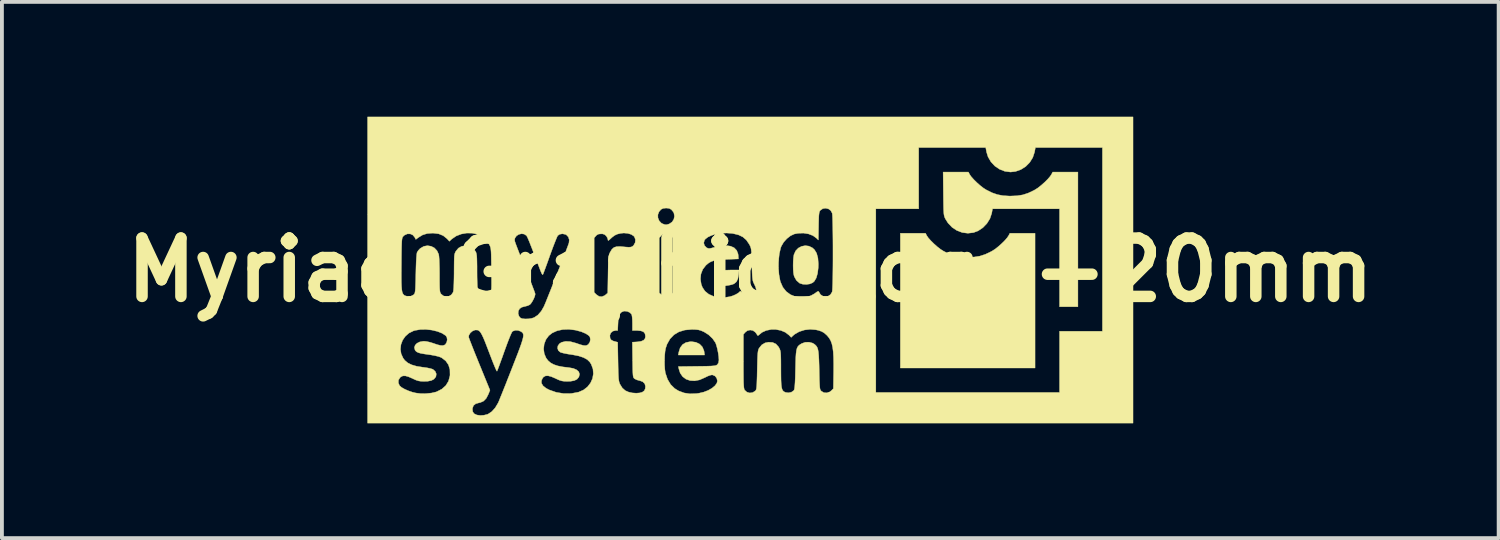
<source format=kicad_pcb>
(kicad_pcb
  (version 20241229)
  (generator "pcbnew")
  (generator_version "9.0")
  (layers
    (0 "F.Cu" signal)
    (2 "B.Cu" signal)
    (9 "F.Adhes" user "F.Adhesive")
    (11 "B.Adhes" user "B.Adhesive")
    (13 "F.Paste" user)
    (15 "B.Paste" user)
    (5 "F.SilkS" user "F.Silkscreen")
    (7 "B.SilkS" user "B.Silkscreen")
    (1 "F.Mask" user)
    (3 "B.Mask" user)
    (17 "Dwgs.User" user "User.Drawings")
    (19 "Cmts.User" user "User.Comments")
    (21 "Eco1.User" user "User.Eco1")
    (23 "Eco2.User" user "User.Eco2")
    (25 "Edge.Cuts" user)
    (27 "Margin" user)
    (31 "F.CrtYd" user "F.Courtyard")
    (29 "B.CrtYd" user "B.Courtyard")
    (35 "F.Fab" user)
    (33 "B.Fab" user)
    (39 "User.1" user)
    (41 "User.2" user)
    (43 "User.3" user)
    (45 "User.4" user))
  (footprint "Myriad_Graphic_Logo-20mm"
    (layer "F.Cu")
    (at 16.554 4.005)
    (property "Reference" "Myriad_Graphic_Logo-20mm" (at 0 0 0) (layer "F.SilkS") (effects (font (size 1.524 1.524) (thickness 0.3))))
    (attr exclude_from_pos_files exclude_from_bom)
    (fp_poly (pts (xy -1.421 1.888) (xy -1.324 1.935) (xy -1.253 2.009) (xy -1.211 2.108) (xy -1.205 2.141) (xy -1.195 2.22) (xy -1.882 2.22) (xy -1.868 2.145) (xy -1.832 2.031) (xy -1.769 1.947) (xy -1.681 1.894) (xy -1.568 1.872) (xy -1.54 1.871) (xy -1.421 1.888)) (stroke (width 0.01) (type solid)) (fill yes) (layer "F.SilkS"))
    (fp_poly (pts (xy -0.305 0.121) (xy -0.325 0.229) (xy -0.362 0.306) (xy -0.42 0.356) (xy -0.447 0.369) (xy -0.501 0.386) (xy -0.571 0.4) (xy -0.643 0.41) (xy -0.702 0.414) (xy -0.73 0.411) (xy -0.763 0.401) (xy -0.804 0.392) (xy -0.877 0.357) (xy -0.924 0.295) (xy -0.939 0.211) (xy -0.93 0.138) (xy -0.9 0.083) (xy -0.846 0.043) (xy -0.765 0.017) (xy -0.651 0.004) (xy -0.518 0) (xy -0.294 0) (xy -0.305 0.121)) (stroke (width 0.01) (type solid)) (fill yes) (layer "F.SilkS"))
    (fp_poly (pts (xy 4.61 -0.9) (xy 4.651 -0.84) (xy 4.717 -0.766) (xy 4.798 -0.686) (xy 4.886 -0.608) (xy 4.972 -0.541) (xy 5.043 -0.496) (xy 5.194 -0.42) (xy 5.336 -0.371) (xy 5.482 -0.343) (xy 5.648 -0.333) (xy 5.68 -0.333) (xy 5.851 -0.34) (xy 6 -0.364) (xy 6.141 -0.41) (xy 6.29 -0.481) (xy 6.317 -0.496) (xy 6.394 -0.545) (xy 6.48 -0.613) (xy 6.568 -0.691) (xy 6.649 -0.771) (xy 6.713 -0.845) (xy 6.75 -0.9) (xy 6.781 -0.96) (xy 7.44 -0.96) (xy 7.44 2.56) (xy 3.92 2.56) (xy 3.92 -0.96) (xy 4.579 -0.96) (xy 4.61 -0.9)) (stroke (width 0.01) (type solid)) (fill yes) (layer "F.SilkS"))
    (fp_poly (pts (xy 1.533 -0.624) (xy 1.624 -0.579) (xy 1.677 -0.53) (xy 1.732 -0.439) (xy 1.766 -0.315) (xy 1.778 -0.159) (xy 1.775 -0.059) (xy 1.757 0.088) (xy 1.723 0.207) (xy 1.673 0.293) (xy 1.629 0.332) (xy 1.556 0.363) (xy 1.465 0.376) (xy 1.373 0.371) (xy 1.297 0.348) (xy 1.286 0.342) (xy 1.206 0.272) (xy 1.152 0.177) (xy 1.139 0.137) (xy 1.128 0.075) (xy 1.121 -0.015) (xy 1.119 -0.12) (xy 1.121 -0.226) (xy 1.128 -0.322) (xy 1.139 -0.394) (xy 1.141 -0.403) (xy 1.185 -0.501) (xy 1.254 -0.573) (xy 1.341 -0.619) (xy 1.436 -0.637) (xy 1.533 -0.624)) (stroke (width 0.01) (type solid)) (fill yes) (layer "F.SilkS"))
    (fp_poly (pts (xy 5.73 -2.5) (xy 5.771 -2.44) (xy 5.837 -2.366) (xy 5.918 -2.286) (xy 6.006 -2.208) (xy 6.092 -2.141) (xy 6.163 -2.096) (xy 6.314 -2.02) (xy 6.456 -1.971) (xy 6.602 -1.943) (xy 6.768 -1.933) (xy 6.8 -1.933) (xy 6.971 -1.94) (xy 7.12 -1.964) (xy 7.261 -2.01) (xy 7.41 -2.081) (xy 7.437 -2.096) (xy 7.514 -2.145) (xy 7.6 -2.213) (xy 7.688 -2.291) (xy 7.769 -2.371) (xy 7.833 -2.445) (xy 7.87 -2.5) (xy 7.901 -2.56) (xy 8.56 -2.56) (xy 8.56 0.96) (xy 8.08 0.96) (xy 8.08 -1.6) (xy 6.329 -1.6) (xy 6.307 -1.481) (xy 6.261 -1.343) (xy 6.182 -1.216) (xy 6.077 -1.107) (xy 5.953 -1.024) (xy 5.832 -0.978) (xy 5.684 -0.961) (xy 5.537 -0.98) (xy 5.397 -1.033) (xy 5.271 -1.117) (xy 5.165 -1.229) (xy 5.1 -1.332) (xy 5.085 -1.361) (xy 5.074 -1.39) (xy 5.065 -1.422) (xy 5.058 -1.463) (xy 5.054 -1.519) (xy 5.05 -1.593) (xy 5.048 -1.692) (xy 5.046 -1.82) (xy 5.044 -1.982) (xy 5.044 -1.995) (xy 5.038 -2.56) (xy 5.699 -2.56) (xy 5.73 -2.5)) (stroke (width 0.01) (type solid)) (fill yes) (layer "F.SilkS"))
    (fp_poly (pts (xy 10 4) (xy -10 4) (xy -10 2.949) (xy -9.196 2.949) (xy -9.164 3.021) (xy -9.161 3.024) (xy -9.112 3.067) (xy -9.033 3.112) (xy -8.936 3.155) (xy -8.831 3.191) (xy -8.74 3.213) (xy -8.61 3.229) (xy -8.468 3.228) (xy -8.33 3.214) (xy -8.211 3.186) (xy -8.194 3.18) (xy -8.059 3.111) (xy -7.956 3.019) (xy -7.886 2.905) (xy -7.849 2.769) (xy -7.846 2.741) (xy -7.849 2.599) (xy -7.887 2.476) (xy -7.958 2.374) (xy -8.06 2.295) (xy -8.087 2.281) (xy -8.149 2.259) (xy -8.24 2.237) (xy -8.35 2.217) (xy -8.401 2.21) (xy -8.525 2.192) (xy -8.615 2.176) (xy -8.678 2.157) (xy -8.721 2.135) (xy -8.749 2.108) (xy -8.761 2.088) (xy -8.777 2.024) (xy -8.757 1.964) (xy -8.709 1.914) (xy -8.636 1.878) (xy -8.544 1.861) (xy -8.52 1.861) (xy -8.455 1.868) (xy -8.371 1.887) (xy -8.29 1.912) (xy -8.179 1.95) (xy -8.097 1.97) (xy -8.037 1.974) (xy -7.992 1.961) (xy -7.965 1.941) (xy -7.932 1.887) (xy -7.919 1.821) (xy -7.929 1.756) (xy -7.935 1.746) (xy -7.36 1.746) (xy -7.353 1.771) (xy -7.332 1.828) (xy -7.299 1.913) (xy -7.256 2.023) (xy -7.205 2.152) (xy -7.146 2.297) (xy -7.083 2.453) (xy -7.081 2.457) (xy -6.802 3.14) (xy -6.844 3.245) (xy -6.899 3.352) (xy -6.967 3.423) (xy -7.053 3.462) (xy -7.084 3.468) (xy -7.175 3.494) (xy -7.233 3.541) (xy -7.258 3.611) (xy -7.26 3.639) (xy -7.252 3.702) (xy -7.222 3.746) (xy -7.207 3.759) (xy -7.143 3.788) (xy -7.056 3.8) (xy -6.961 3.794) (xy -6.869 3.771) (xy -6.85 3.763) (xy -6.754 3.699) (xy -6.666 3.601) (xy -6.59 3.474) (xy -6.579 3.451) (xy -6.56 3.406) (xy -6.529 3.328) (xy -6.486 3.223) (xy -6.435 3.095) (xy -6.376 2.948) (xy -6.352 2.886) (xy -5.457 2.886) (xy -5.456 2.957) (xy -5.416 3.025) (xy -5.337 3.088) (xy -5.256 3.131) (xy -5.07 3.196) (xy -4.874 3.228) (xy -4.677 3.226) (xy -4.489 3.191) (xy -4.486 3.19) (xy -4.358 3.134) (xy -4.253 3.052) (xy -4.174 2.95) (xy -4.122 2.834) (xy -4.101 2.711) (xy -4.111 2.586) (xy -4.156 2.464) (xy -4.195 2.403) (xy -4.261 2.339) (xy -4.356 2.287) (xy -4.483 2.245) (xy -4.645 2.213) (xy -4.682 2.208) (xy -4.778 2.193) (xy -4.865 2.176) (xy -4.932 2.159) (xy -4.964 2.148) (xy -5.016 2.103) (xy -5.036 2.044) (xy -5.027 1.982) (xy -4.988 1.926) (xy -4.931 1.889) (xy -4.825 1.864) (xy -4.704 1.87) (xy -4.563 1.908) (xy -4.55 1.912) (xy -4.443 1.949) (xy -4.365 1.97) (xy -4.309 1.975) (xy -4.267 1.966) (xy -4.232 1.942) (xy -4.229 1.939) (xy -4.192 1.883) (xy -4.179 1.816) (xy -4.19 1.753) (xy -4.215 1.715) (xy -4.228 1.707) (xy -3.67 1.707) (xy -3.663 1.782) (xy -3.661 1.789) (xy -3.633 1.828) (xy -3.578 1.856) (xy -3.553 1.863) (xy -3.465 1.887) (xy -3.456 2.389) (xy -3.453 2.546) (xy -3.45 2.669) (xy -3.446 2.763) (xy -3.442 2.833) (xy -3.435 2.885) (xy -3.427 2.925) (xy -3.416 2.958) (xy -3.407 2.98) (xy -3.345 3.081) (xy -3.266 3.151) (xy -3.177 3.19) (xy -3.082 3.211) (xy -2.981 3.218) (xy -2.89 3.211) (xy -2.821 3.191) (xy -2.771 3.154) (xy -2.746 3.103) (xy -2.74 3.038) (xy -2.758 2.97) (xy -2.81 2.919) (xy -2.891 2.889) (xy -2.901 2.888) (xy -2.965 2.87) (xy -3.019 2.844) (xy -3.026 2.839) (xy -3.04 2.826) (xy -3.051 2.81) (xy -3.059 2.785) (xy -3.065 2.746) (xy -3.069 2.688) (xy -3.072 2.606) (xy -3.074 2.495) (xy -3.076 2.359) (xy -2.241 2.359) (xy -2.24 2.483) (xy -2.233 2.595) (xy -2.221 2.682) (xy -2.219 2.69) (xy -2.162 2.857) (xy -2.081 2.992) (xy -1.975 3.096) (xy -1.876 3.157) (xy -1.731 3.211) (xy -1.578 3.234) (xy -1.409 3.228) (xy -1.342 3.219) (xy -1.215 3.189) (xy -1.099 3.144) (xy -1 3.087) (xy -0.923 3.023) (xy -0.874 2.956) (xy -0.86 2.899) (xy -0.877 2.827) (xy -0.92 2.771) (xy -0.982 2.742) (xy -1.005 2.74) (xy -1.052 2.75) (xy -1.118 2.775) (xy -1.19 2.811) (xy -1.191 2.811) (xy -1.325 2.87) (xy -1.454 2.895) (xy -1.574 2.888) (xy -1.68 2.851) (xy -1.768 2.785) (xy -1.832 2.692) (xy -1.866 2.586) (xy -1.879 2.522) (xy -1.391 2.516) (xy -1.238 2.514) (xy -1.12 2.512) (xy -1.031 2.509) (xy -0.967 2.504) (xy -0.923 2.499) (xy -0.894 2.491) (xy -0.874 2.481) (xy -0.862 2.472) (xy -0.831 2.425) (xy -0.82 2.356) (xy -0.82 2.349) (xy -0.825 2.267) (xy -0.839 2.168) (xy -0.859 2.066) (xy -0.883 1.975) (xy -0.906 1.908) (xy -0.91 1.899) (xy -0.986 1.79) (xy -1.089 1.692) (xy -1.105 1.682) (xy -0.18 1.682) (xy -0.18 2.387) (xy -0.18 2.576) (xy -0.179 2.73) (xy -0.178 2.852) (xy -0.176 2.946) (xy -0.172 3.016) (xy -0.168 3.066) (xy -0.162 3.101) (xy -0.155 3.124) (xy -0.148 3.137) (xy -0.089 3.19) (xy -0.015 3.212) (xy 0.061 3.202) (xy 0.129 3.16) (xy 0.13 3.159) (xy 0.142 3.144) (xy 0.152 3.125) (xy 0.16 3.095) (xy 0.165 3.051) (xy 0.17 2.987) (xy 0.173 2.898) (xy 0.177 2.78) (xy 0.18 2.627) (xy 0.18 2.615) (xy 0.184 2.457) (xy 0.187 2.335) (xy 0.191 2.242) (xy 0.196 2.173) (xy 0.202 2.124) (xy 0.21 2.088) (xy 0.22 2.061) (xy 0.23 2.042) (xy 0.299 1.956) (xy 0.386 1.904) (xy 0.474 1.886) (xy 0.582 1.892) (xy 0.669 1.932) (xy 0.737 2.007) (xy 0.755 2.039) (xy 0.77 2.07) (xy 0.781 2.101) (xy 0.789 2.138) (xy 0.794 2.187) (xy 0.797 2.253) (xy 0.799 2.343) (xy 0.8 2.463) (xy 0.8 2.585) (xy 0.801 2.752) (xy 0.803 2.884) (xy 0.808 2.986) (xy 0.817 3.061) (xy 0.831 3.115) (xy 0.85 3.151) (xy 0.876 3.176) (xy 0.909 3.193) (xy 0.922 3.198) (xy 0.998 3.208) (xy 1.073 3.192) (xy 1.13 3.154) (xy 1.145 3.133) (xy 1.154 3.1) (xy 1.162 3.034) (xy 1.169 2.933) (xy 1.175 2.795) (xy 1.179 2.62) (xy 1.18 2.59) (xy 1.184 2.421) (xy 1.188 2.288) (xy 1.195 2.184) (xy 1.205 2.106) (xy 1.219 2.048) (xy 1.239 2.005) (xy 1.266 1.973) (xy 1.301 1.946) (xy 1.345 1.92) (xy 1.345 1.92) (xy 1.435 1.888) (xy 1.534 1.885) (xy 1.626 1.909) (xy 1.666 1.932) (xy 1.701 1.96) (xy 1.729 1.99) (xy 1.751 2.028) (xy 1.767 2.078) (xy 1.779 2.146) (xy 1.787 2.235) (xy 1.793 2.351) (xy 1.798 2.499) (xy 1.8 2.615) (xy 1.803 2.77) (xy 1.806 2.89) (xy 1.81 2.98) (xy 1.814 3.045) (xy 1.819 3.091) (xy 1.826 3.121) (xy 1.836 3.142) (xy 1.849 3.157) (xy 1.855 3.164) (xy 1.92 3.203) (xy 1.996 3.21) (xy 2.071 3.187) (xy 2.115 3.154) (xy 2.17 3.099) (xy 2.177 2.668) (xy 2.178 2.458) (xy 2.175 2.283) (xy 2.167 2.139) (xy 2.152 2.021) (xy 2.13 1.924) (xy 2.1 1.845) (xy 2.061 1.778) (xy 2.013 1.719) (xy 1.997 1.702) (xy 1.93 1.643) (xy 1.862 1.604) (xy 1.78 1.576) (xy 1.71 1.561) (xy 1.564 1.549) (xy 1.417 1.566) (xy 1.278 1.61) (xy 1.159 1.678) (xy 1.119 1.712) (xy 1.068 1.76) (xy 1.011 1.701) (xy 0.916 1.628) (xy 0.8 1.579) (xy 0.672 1.554) (xy 0.541 1.554) (xy 0.417 1.579) (xy 0.308 1.628) (xy 0.241 1.683) (xy 0.206 1.712) (xy 0.188 1.709) (xy 0.185 1.704) (xy 0.166 1.671) (xy 0.133 1.628) (xy 0.13 1.624) (xy 0.068 1.58) (xy -0.005 1.567) (xy -0.079 1.585) (xy -0.132 1.627) (xy -0.18 1.682) (xy -1.105 1.682) (xy -1.208 1.617) (xy -1.225 1.609) (xy -1.294 1.58) (xy -1.356 1.563) (xy -1.425 1.555) (xy -1.517 1.552) (xy -1.53 1.552) (xy -1.71 1.568) (xy -1.865 1.615) (xy -1.994 1.692) (xy -2.098 1.8) (xy -2.176 1.938) (xy -2.212 2.045) (xy -2.227 2.127) (xy -2.237 2.236) (xy -2.241 2.359) (xy -3.076 2.359) (xy -3.076 2.349) (xy -3.076 2.344) (xy -3.082 1.885) (xy -2.952 1.877) (xy -2.851 1.862) (xy -2.785 1.833) (xy -2.749 1.787) (xy -2.74 1.732) (xy -2.752 1.663) (xy -2.789 1.616) (xy -2.855 1.59) (xy -2.954 1.58) (xy -2.969 1.58) (xy -3.08 1.58) (xy -3.08 1.389) (xy -3.082 1.301) (xy -3.088 1.225) (xy -3.097 1.172) (xy -3.102 1.157) (xy -3.145 1.113) (xy -3.21 1.082) (xy -3.281 1.073) (xy -3.311 1.077) (xy -3.368 1.102) (xy -3.409 1.147) (xy -3.436 1.216) (xy -3.452 1.315) (xy -3.456 1.39) (xy -3.465 1.58) (xy -3.518 1.58) (xy -3.592 1.597) (xy -3.644 1.642) (xy -3.67 1.707) (xy -4.228 1.707) (xy -4.298 1.661) (xy -4.414 1.612) (xy -4.555 1.574) (xy -4.571 1.57) (xy -4.739 1.549) (xy -4.901 1.555) (xy -5.048 1.587) (xy -5.174 1.644) (xy -5.265 1.715) (xy -5.341 1.818) (xy -5.386 1.936) (xy -5.4 2.062) (xy -5.384 2.185) (xy -5.336 2.298) (xy -5.284 2.367) (xy -5.217 2.425) (xy -5.134 2.47) (xy -5.03 2.505) (xy -4.898 2.531) (xy -4.738 2.55) (xy -4.624 2.571) (xy -4.538 2.608) (xy -4.483 2.658) (xy -4.462 2.719) (xy -4.477 2.787) (xy -4.483 2.799) (xy -4.528 2.853) (xy -4.597 2.888) (xy -4.694 2.906) (xy -4.781 2.909) (xy -4.863 2.907) (xy -4.928 2.897) (xy -4.992 2.877) (xy -5.072 2.841) (xy -5.085 2.834) (xy -5.197 2.786) (xy -5.284 2.763) (xy -5.351 2.766) (xy -5.401 2.794) (xy -5.419 2.813) (xy -5.457 2.886) (xy -6.352 2.886) (xy -6.313 2.787) (xy -6.246 2.617) (xy -6.221 2.553) (xy -6.142 2.35) (xy -6.076 2.181) (xy -6.024 2.042) (xy -5.984 1.93) (xy -5.956 1.842) (xy -5.938 1.773) (xy -5.93 1.722) (xy -5.931 1.684) (xy -5.94 1.655) (xy -5.957 1.633) (xy -5.98 1.615) (xy -5.994 1.606) (xy -6.064 1.578) (xy -6.138 1.575) (xy -6.202 1.597) (xy -6.22 1.611) (xy -6.237 1.64) (xy -6.265 1.701) (xy -6.301 1.789) (xy -6.344 1.899) (xy -6.39 2.024) (xy -6.432 2.14) (xy -6.479 2.273) (xy -6.523 2.393) (xy -6.56 2.495) (xy -6.59 2.575) (xy -6.611 2.627) (xy -6.619 2.645) (xy -6.629 2.632) (xy -6.652 2.585) (xy -6.684 2.51) (xy -6.724 2.412) (xy -6.769 2.295) (xy -6.819 2.165) (xy -6.882 2) (xy -6.933 1.869) (xy -6.976 1.767) (xy -7.012 1.692) (xy -7.043 1.638) (xy -7.071 1.602) (xy -7.099 1.58) (xy -7.123 1.569) (xy -7.19 1.567) (xy -7.257 1.594) (xy -7.315 1.643) (xy -7.352 1.704) (xy -7.36 1.746) (xy -7.935 1.746) (xy -7.955 1.716) (xy -8.052 1.652) (xy -8.178 1.603) (xy -8.321 1.569) (xy -8.472 1.552) (xy -8.621 1.554) (xy -8.757 1.577) (xy -8.799 1.589) (xy -8.919 1.648) (xy -9.014 1.732) (xy -9.085 1.834) (xy -9.128 1.949) (xy -9.141 2.069) (xy -9.123 2.189) (xy -9.072 2.301) (xy -9.027 2.361) (xy -8.95 2.426) (xy -8.85 2.476) (xy -8.721 2.514) (xy -8.558 2.54) (xy -8.544 2.541) (xy -8.447 2.555) (xy -8.362 2.573) (xy -8.302 2.591) (xy -8.29 2.597) (xy -8.231 2.65) (xy -8.205 2.714) (xy -8.214 2.782) (xy -8.221 2.796) (xy -8.267 2.852) (xy -8.334 2.887) (xy -8.429 2.906) (xy -8.521 2.909) (xy -8.603 2.907) (xy -8.668 2.897) (xy -8.732 2.877) (xy -8.812 2.841) (xy -8.825 2.834) (xy -8.932 2.788) (xy -9.014 2.765) (xy -9.078 2.766) (xy -9.13 2.791) (xy -9.151 2.809) (xy -9.192 2.875) (xy -9.196 2.949) (xy -10 2.949) (xy -10 0.19) (xy -9.118 0.19) (xy -9.117 0.321) (xy -9.113 0.424) (xy -9.107 0.503) (xy -9.098 0.562) (xy -9.085 0.604) (xy -9.068 0.634) (xy -9.047 0.655) (xy -9.024 0.67) (xy -8.951 0.691) (xy -8.871 0.684) (xy -8.802 0.65) (xy -8.791 0.64) (xy -8.778 0.625) (xy -8.768 0.606) (xy -8.761 0.578) (xy -8.755 0.535) (xy -8.75 0.473) (xy -8.747 0.387) (xy -8.743 0.271) (xy -8.74 0.121) (xy -8.739 0.094) (xy -8.735 -0.072) (xy -8.73 -0.214) (xy -8.723 -0.328) (xy -8.716 -0.41) (xy -8.708 -0.456) (xy -8.706 -0.462) (xy -8.676 -0.509) (xy -8.63 -0.559) (xy -8.621 -0.566) (xy -8.531 -0.619) (xy -8.435 -0.636) (xy -8.34 -0.621) (xy -8.254 -0.577) (xy -8.186 -0.505) (xy -8.142 -0.41) (xy -8.135 -0.364) (xy -8.129 -0.284) (xy -8.125 -0.176) (xy -8.121 -0.045) (xy -8.12 0.101) (xy -8.12 0.122) (xy -8.12 0.269) (xy -8.119 0.381) (xy -8.117 0.464) (xy -8.113 0.523) (xy -8.108 0.564) (xy -8.1 0.593) (xy -8.089 0.613) (xy -8.079 0.627) (xy -8.018 0.676) (xy -7.946 0.695) (xy -7.873 0.684) (xy -7.81 0.646) (xy -7.767 0.583) (xy -7.761 0.565) (xy -7.755 0.523) (xy -7.749 0.448) (xy -7.745 0.347) (xy -7.742 0.226) (xy -7.74 0.093) (xy -7.74 0.04) (xy -7.739 -0.106) (xy -7.738 -0.218) (xy -7.736 -0.302) (xy -7.733 -0.363) (xy -7.727 -0.407) (xy -7.718 -0.439) (xy -7.706 -0.467) (xy -7.695 -0.488) (xy -7.626 -0.572) (xy -7.538 -0.621) (xy -7.432 -0.635) (xy -7.414 -0.634) (xy -7.308 -0.609) (xy -7.226 -0.552) (xy -7.175 -0.479) (xy -7.163 -0.451) (xy -7.155 -0.417) (xy -7.148 -0.37) (xy -7.144 -0.305) (xy -7.142 -0.216) (xy -7.14 -0.098) (xy -7.14 0.04) (xy -7.139 0.177) (xy -7.136 0.304) (xy -7.132 0.413) (xy -7.127 0.499) (xy -7.121 0.554) (xy -7.119 0.565) (xy -7.082 0.634) (xy -7.022 0.678) (xy -6.951 0.695) (xy -6.878 0.683) (xy -6.813 0.64) (xy -6.8 0.625) (xy -6.788 0.608) (xy -6.778 0.589) (xy -6.771 0.563) (xy -6.766 0.525) (xy -6.763 0.471) (xy -6.761 0.396) (xy -6.761 0.294) (xy -6.762 0.162) (xy -6.764 0.001) (xy -6.766 -0.166) (xy -6.768 -0.297) (xy -6.77 -0.398) (xy -6.773 -0.475) (xy -6.778 -0.532) (xy -6.784 -0.574) (xy -6.793 -0.606) (xy -6.804 -0.633) (xy -6.817 -0.66) (xy -6.857 -0.727) (xy -6.894 -0.779) (xy -6.16 -0.779) (xy -6.153 -0.751) (xy -6.132 -0.69) (xy -6.099 -0.602) (xy -6.056 -0.49) (xy -6.005 -0.359) (xy -5.947 -0.214) (xy -5.89 -0.074) (xy -5.827 0.08) (xy -5.77 0.224) (xy -5.72 0.353) (xy -5.678 0.463) (xy -5.646 0.548) (xy -5.626 0.605) (xy -5.62 0.629) (xy -5.631 0.683) (xy -5.659 0.753) (xy -5.697 0.823) (xy -5.736 0.881) (xy -5.763 0.907) (xy -5.814 0.931) (xy -5.879 0.949) (xy -5.89 0.951) (xy -5.974 0.973) (xy -6.028 1.012) (xy -6.059 1.067) (xy -6.066 1.138) (xy -6.043 1.208) (xy -6.004 1.253) (xy -5.956 1.271) (xy -5.883 1.278) (xy -5.799 1.276) (xy -5.715 1.263) (xy -5.65 1.243) (xy -5.551 1.177) (xy -5.462 1.075) (xy -5.393 0.955) (xy -5.375 0.913) (xy -5.344 0.84) (xy -5.304 0.74) (xy -5.255 0.618) (xy -5.2 0.481) (xy -5.141 0.331) (xy -5.079 0.175) (xy -5.017 0.018) (xy -4.956 -0.137) (xy -4.9 -0.282) (xy -4.848 -0.415) (xy -4.804 -0.529) (xy -4.77 -0.62) (xy -4.747 -0.683) (xy -4.738 -0.71) (xy -4.731 -0.79) (xy -4.746 -0.838) (xy -4.08 -0.838) (xy -4.08 0.583) (xy -4.022 0.642) (xy -3.952 0.689) (xy -3.879 0.697) (xy -3.804 0.666) (xy -3.784 0.65) (xy -3.725 0.6) (xy -3.717 0.115) (xy -3.714 -0.038) (xy -3.711 -0.156) (xy -3.708 -0.246) (xy -3.703 -0.313) (xy -3.697 -0.363) (xy -3.689 -0.401) (xy -3.677 -0.433) (xy -3.663 -0.465) (xy -3.662 -0.466) (xy -3.616 -0.542) (xy -3.561 -0.59) (xy -3.49 -0.612) (xy -3.392 -0.614) (xy -3.351 -0.61) (xy -3.246 -0.6) (xy -3.172 -0.596) (xy -3.122 -0.6) (xy -3.087 -0.612) (xy -3.06 -0.633) (xy -3.046 -0.648) (xy -3.008 -0.719) (xy -3.002 -0.796) (xy -3.017 -0.838) (xy -2.38 -0.838) (xy -2.38 0.596) (xy -2.318 0.648) (xy -2.262 0.683) (xy -2.206 0.7) (xy -2.2 0.7) (xy -2.145 0.687) (xy -2.088 0.653) (xy -2.082 0.648) (xy -2.02 0.596) (xy -2.02 0.237) (xy -1.303 0.237) (xy -1.282 0.373) (xy -1.251 0.454) (xy -1.183 0.554) (xy -1.086 0.632) (xy -0.964 0.686) (xy -0.823 0.715) (xy -0.667 0.717) (xy -0.536 0.697) (xy -0.456 0.673) (xy -0.377 0.638) (xy -0.31 0.598) (xy -0.27 0.56) (xy -0.269 0.558) (xy -0.248 0.556) (xy -0.209 0.59) (xy -0.189 0.612) (xy -0.145 0.66) (xy -0.107 0.683) (xy -0.055 0.69) (xy -0.03 0.69) (xy 0.035 0.685) (xy 0.078 0.667) (xy 0.112 0.634) (xy 0.148 0.578) (xy 0.157 0.519) (xy 0.139 0.447) (xy 0.106 0.374) (xy 0.088 0.338) (xy 0.074 0.304) (xy 0.064 0.266) (xy 0.057 0.217) (xy 0.051 0.152) (xy 0.047 0.063) (xy 0.043 -0.055) (xy 0.043 -0.064) (xy 0.736 -0.064) (xy 0.749 0.115) (xy 0.778 0.274) (xy 0.788 0.31) (xy 0.849 0.449) (xy 0.938 0.561) (xy 1.051 0.644) (xy 1.184 0.697) (xy 1.333 0.716) (xy 1.494 0.699) (xy 1.5 0.698) (xy 1.589 0.667) (xy 1.677 0.618) (xy 1.691 0.608) (xy 1.743 0.57) (xy 1.772 0.556) (xy 1.787 0.562) (xy 1.794 0.575) (xy 1.835 0.642) (xy 1.896 0.682) (xy 1.966 0.695) (xy 2.035 0.682) (xy 2.095 0.642) (xy 2.135 0.577) (xy 2.139 0.565) (xy 2.144 0.527) (xy 2.148 0.454) (xy 2.152 0.351) (xy 2.155 0.222) (xy 2.157 0.074) (xy 2.159 -0.09) (xy 2.16 -0.264) (xy 2.16 -0.444) (xy 2.16 -0.624) (xy 2.159 -0.799) (xy 2.157 -0.966) (xy 2.155 -1.117) (xy 2.152 -1.25) (xy 2.149 -1.358) (xy 2.145 -1.436) (xy 2.14 -1.481) (xy 2.139 -1.485) (xy 2.102 -1.553) (xy 2.042 -1.598) (xy 2.032 -1.6) (xy 3.28 -1.6) (xy 3.28 3.2) (xy 8.08 3.2) (xy 8.08 1.6) (xy 9.2 1.6) (xy 9.2 -3.2) (xy 7.449 -3.2) (xy 7.427 -3.081) (xy 7.38 -2.939) (xy 7.301 -2.812) (xy 7.196 -2.705) (xy 7.07 -2.625) (xy 6.93 -2.575) (xy 6.8 -2.56) (xy 6.652 -2.579) (xy 6.513 -2.633) (xy 6.389 -2.717) (xy 6.287 -2.827) (xy 6.212 -2.956) (xy 6.173 -3.081) (xy 6.151 -3.2) (xy 4.4 -3.2) (xy 4.4 -1.6) (xy 3.28 -1.6) (xy 2.032 -1.6) (xy 1.969 -1.615) (xy 1.895 -1.604) (xy 1.831 -1.561) (xy 1.828 -1.558) (xy 1.814 -1.539) (xy 1.804 -1.513) (xy 1.797 -1.474) (xy 1.791 -1.416) (xy 1.788 -1.332) (xy 1.785 -1.218) (xy 1.784 -1.15) (xy 1.778 -0.784) (xy 1.728 -0.833) (xy 1.637 -0.899) (xy 1.52 -0.944) (xy 1.387 -0.965) (xy 1.249 -0.96) (xy 1.15 -0.941) (xy 1.051 -0.895) (xy 0.955 -0.82) (xy 0.871 -0.726) (xy 0.81 -0.622) (xy 0.793 -0.577) (xy 0.758 -0.424) (xy 0.739 -0.248) (xy 0.736 -0.064) (xy 0.043 -0.064) (xy 0.041 -0.15) (xy 0.037 -0.29) (xy 0.033 -0.396) (xy 0.029 -0.475) (xy 0.023 -0.533) (xy 0.015 -0.576) (xy 0.004 -0.611) (xy -0.012 -0.644) (xy -0.03 -0.677) (xy -0.104 -0.785) (xy -0.195 -0.864) (xy -0.31 -0.919) (xy -0.455 -0.954) (xy -0.48 -0.957) (xy -0.618 -0.967) (xy -0.758 -0.961) (xy -0.89 -0.94) (xy -1.009 -0.906) (xy -1.107 -0.861) (xy -1.177 -0.807) (xy -1.199 -0.776) (xy -1.216 -0.708) (xy -1.198 -0.642) (xy -1.148 -0.588) (xy -1.136 -0.581) (xy -1.105 -0.567) (xy -1.073 -0.563) (xy -1.029 -0.569) (xy -0.962 -0.587) (xy -0.932 -0.596) (xy -0.772 -0.631) (xy -0.632 -0.64) (xy -0.515 -0.623) (xy -0.422 -0.581) (xy -0.357 -0.514) (xy -0.321 -0.423) (xy -0.315 -0.38) (xy -0.31 -0.29) (xy -0.6 -0.279) (xy -0.749 -0.272) (xy -0.865 -0.261) (xy -0.955 -0.244) (xy -1.028 -0.218) (xy -1.089 -0.183) (xy -1.147 -0.135) (xy -1.163 -0.12) (xy -1.243 -0.016) (xy -1.29 0.105) (xy -1.303 0.237) (xy -2.02 0.237) (xy -2.02 -0.838) (xy -2.066 -0.892) (xy -2.108 -0.928) (xy -2.158 -0.944) (xy -2.2 -0.945) (xy -2.265 -0.939) (xy -2.309 -0.916) (xy -2.334 -0.892) (xy -2.38 -0.838) (xy -3.017 -0.838) (xy -3.028 -0.866) (xy -3.047 -0.889) (xy -3.112 -0.931) (xy -3.202 -0.958) (xy -3.304 -0.967) (xy -3.385 -0.959) (xy -3.474 -0.938) (xy -3.543 -0.906) (xy -3.61 -0.856) (xy -3.645 -0.824) (xy -3.689 -0.784) (xy -3.711 -0.77) (xy -3.719 -0.779) (xy -3.72 -0.795) (xy -3.733 -0.839) (xy -3.763 -0.888) (xy -3.766 -0.892) (xy -3.808 -0.928) (xy -3.858 -0.944) (xy -3.9 -0.945) (xy -3.965 -0.939) (xy -4.009 -0.916) (xy -4.034 -0.892) (xy -4.08 -0.838) (xy -4.746 -0.838) (xy -4.754 -0.864) (xy -4.804 -0.917) (xy -4.827 -0.93) (xy -4.908 -0.947) (xy -4.982 -0.934) (xy -5.03 -0.9) (xy -5.046 -0.872) (xy -5.072 -0.811) (xy -5.107 -0.724) (xy -5.149 -0.616) (xy -5.195 -0.492) (xy -5.233 -0.388) (xy -5.28 -0.256) (xy -5.323 -0.137) (xy -5.361 -0.034) (xy -5.391 0.046) (xy -5.411 0.099) (xy -5.419 0.117) (xy -5.433 0.119) (xy -5.454 0.084) (xy -5.484 0.013) (xy -5.486 0.008) (xy -5.567 -0.205) (xy -5.635 -0.383) (xy -5.691 -0.529) (xy -5.737 -0.646) (xy -5.773 -0.738) (xy -5.802 -0.806) (xy -5.823 -0.854) (xy -5.839 -0.884) (xy -5.85 -0.9) (xy -5.909 -0.939) (xy -5.978 -0.948) (xy -6.049 -0.931) (xy -6.109 -0.892) (xy -6.149 -0.834) (xy -6.16 -0.779) (xy -6.894 -0.779) (xy -6.902 -0.789) (xy -6.917 -0.807) (xy -7.016 -0.885) (xy -7.136 -0.937) (xy -7.272 -0.964) (xy -7.413 -0.965) (xy -7.553 -0.94) (xy -7.683 -0.89) (xy -7.794 -0.814) (xy -7.806 -0.804) (xy -7.862 -0.751) (xy -7.924 -0.818) (xy -8.022 -0.897) (xy -8.141 -0.946) (xy -8.284 -0.964) (xy -8.308 -0.964) (xy -8.446 -0.953) (xy -8.564 -0.916) (xy -8.672 -0.85) (xy -8.673 -0.849) (xy -8.739 -0.799) (xy -8.769 -0.857) (xy -8.819 -0.915) (xy -8.886 -0.945) (xy -8.962 -0.944) (xy -9.034 -0.912) (xy -9.063 -0.886) (xy -9.076 -0.872) (xy -9.086 -0.857) (xy -9.094 -0.836) (xy -9.1 -0.805) (xy -9.105 -0.759) (xy -9.108 -0.695) (xy -9.111 -0.608) (xy -9.113 -0.494) (xy -9.115 -0.349) (xy -9.116 -0.173) (xy -9.118 0.026) (xy -9.118 0.19) (xy -10 0.19) (xy -10 -1.445) (xy -2.415 -1.445) (xy -2.413 -1.364) (xy -2.382 -1.287) (xy -2.326 -1.227) (xy -2.294 -1.209) (xy -2.233 -1.187) (xy -2.187 -1.184) (xy -2.132 -1.2) (xy -2.111 -1.208) (xy -2.043 -1.256) (xy -1.998 -1.326) (xy -1.982 -1.406) (xy -1.996 -1.486) (xy -2.014 -1.521) (xy -2.064 -1.58) (xy -2.118 -1.61) (xy -2.192 -1.619) (xy -2.2 -1.619) (xy -2.277 -1.611) (xy -2.332 -1.584) (xy -2.381 -1.527) (xy -2.386 -1.521) (xy -2.415 -1.445) (xy -10 -1.445) (xy -10 -4) (xy 10 -4) (xy 10 4)) (stroke (width 0.01) (type solid)) (fill yes) (layer "F.SilkS")))
  (gr_rect
    (start -3 -3)
    (end 36.107 11.01)
    (stroke (width 0.1) (type default))
    (fill no)
    (layer "Edge.Cuts")))
</source>
